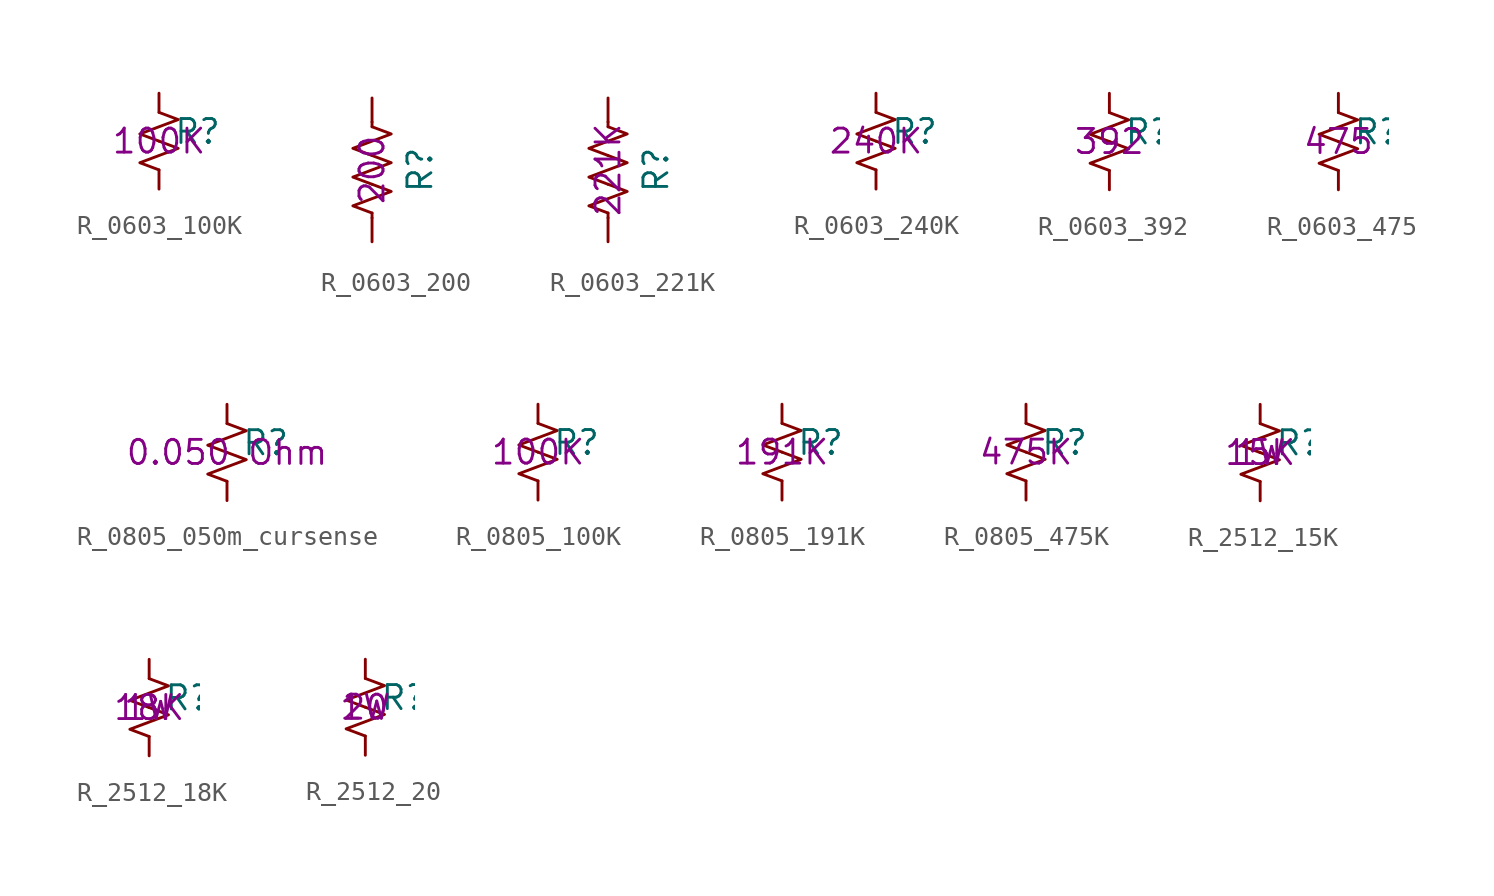
<source format=kicad_sym>
(kicad_symbol_lib
  (version 20211014)
  (generator kicad_symbol_editor)
  (symbol "R_0603_100K"
    (pin_numbers hide)
    (pin_names
      (offset 0.254) hide)
    (property "Reference" "R"
      (at 0.762 0.508 0)
      (effects (font (size 1.27 1.27)) (justify left)))
    (property "Val" "100K"
      (at 0 0 0)
      (effects (font (size 1.27 1.27))))
    (symbol "R_0603_100K_1_1"
      (polyline (pts (xy 0 0) (xy 1.016 -0.381) (xy 0 -0.762) (xy -1.016 -1.143) (xy 0 -1.524)) (stroke (width 0) (type default) (color 0 0 0 0)) (fill (type none)))
      (polyline (pts (xy 0 1.524) (xy 1.016 1.143) (xy 0 0.762) (xy -1.016 0.381) (xy 0 0)) (stroke (width 0) (type default) (color 0 0 0 0)) (fill (type none)))
      (pin passive line (at 0 2.54 270) (length 1.016) (name "~" (effects (font (size 1.27 1.27)))) (number "1" (effects (font (size 1.27 1.27)))))
      (pin passive line (at 0 -2.54 90) (length 1.016) (name "~" (effects (font (size 1.27 1.27)))) (number "2" (effects (font (size 1.27 1.27)))))))
  (symbol "R_0603_200"
    (pin_numbers hide)
    (pin_names
      (offset 0))
    (property "Reference" "R"
      (at 2.54 0 90)
      (effects (font (size 1.27 1.27))))
    (property "Val" "200"
      (at 0 0 90)
      (effects (font (size 1.27 1.27))))
    (symbol "R_0603_200_0_1"
      (polyline (pts (xy 0 -2.286) (xy 0 -2.54)) (stroke (width 0) (type default) (color 0 0 0 0)) (fill (type none)))
      (polyline (pts (xy 0 2.286) (xy 0 2.54)) (stroke (width 0) (type default) (color 0 0 0 0)) (fill (type none)))
      (polyline (pts (xy 0 -0.762) (xy 1.016 -1.143) (xy 0 -1.524) (xy -1.016 -1.905) (xy 0 -2.286)) (stroke (width 0) (type default) (color 0 0 0 0)) (fill (type none)))
      (polyline (pts (xy 0 0.762) (xy 1.016 0.381) (xy 0 0) (xy -1.016 -0.381) (xy 0 -0.762)) (stroke (width 0) (type default) (color 0 0 0 0)) (fill (type none)))
      (polyline (pts (xy 0 2.286) (xy 1.016 1.905) (xy 0 1.524) (xy -1.016 1.143) (xy 0 0.762)) (stroke (width 0) (type default) (color 0 0 0 0)) (fill (type none))))
    (symbol "R_0603_200_1_1"
      (pin passive line (at 0 3.81 270) (length 1.27) (name "~" (effects (font (size 1.27 1.27)))) (number "1" (effects (font (size 1.27 1.27)))))
      (pin passive line (at 0 -3.81 90) (length 1.27) (name "~" (effects (font (size 1.27 1.27)))) (number "2" (effects (font (size 1.27 1.27)))))))
  (symbol "R_0603_221K"
    (pin_numbers hide)
    (pin_names
      (offset 0))
    (property "Reference" "R"
      (at 2.54 0 90)
      (effects (font (size 1.27 1.27))))
    (property "Val" "221K"
      (at 0 0 90)
      (effects (font (size 1.27 1.27))))
    (symbol "R_0603_221K_0_1"
      (polyline (pts (xy 0 -2.286) (xy 0 -2.54)) (stroke (width 0) (type default) (color 0 0 0 0)) (fill (type none)))
      (polyline (pts (xy 0 2.286) (xy 0 2.54)) (stroke (width 0) (type default) (color 0 0 0 0)) (fill (type none)))
      (polyline (pts (xy 0 -0.762) (xy 1.016 -1.143) (xy 0 -1.524) (xy -1.016 -1.905) (xy 0 -2.286)) (stroke (width 0) (type default) (color 0 0 0 0)) (fill (type none)))
      (polyline (pts (xy 0 0.762) (xy 1.016 0.381) (xy 0 0) (xy -1.016 -0.381) (xy 0 -0.762)) (stroke (width 0) (type default) (color 0 0 0 0)) (fill (type none)))
      (polyline (pts (xy 0 2.286) (xy 1.016 1.905) (xy 0 1.524) (xy -1.016 1.143) (xy 0 0.762)) (stroke (width 0) (type default) (color 0 0 0 0)) (fill (type none))))
    (symbol "R_0603_221K_1_1"
      (pin passive line (at 0 3.81 270) (length 1.27) (name "~" (effects (font (size 1.27 1.27)))) (number "1" (effects (font (size 1.27 1.27)))))
      (pin passive line (at 0 -3.81 90) (length 1.27) (name "~" (effects (font (size 1.27 1.27)))) (number "2" (effects (font (size 1.27 1.27)))))))
  (symbol "R_0603_240K"
    (pin_numbers hide)
    (pin_names
      (offset 0.254) hide)
    (property "Reference" "R"
      (at 0.762 0.508 0)
      (effects (font (size 1.27 1.27)) (justify left)))
    (property "Val" "240K"
      (at 0 0 0)
      (effects (font (size 1.27 1.27))))
    (symbol "R_0603_240K_1_1"
      (polyline (pts (xy 0 0) (xy 1.016 -0.381) (xy 0 -0.762) (xy -1.016 -1.143) (xy 0 -1.524)) (stroke (width 0) (type default) (color 0 0 0 0)) (fill (type none)))
      (polyline (pts (xy 0 1.524) (xy 1.016 1.143) (xy 0 0.762) (xy -1.016 0.381) (xy 0 0)) (stroke (width 0) (type default) (color 0 0 0 0)) (fill (type none)))
      (pin passive line (at 0 2.54 270) (length 1.016) (name "~" (effects (font (size 1.27 1.27)))) (number "1" (effects (font (size 1.27 1.27)))))
      (pin passive line (at 0 -2.54 90) (length 1.016) (name "~" (effects (font (size 1.27 1.27)))) (number "2" (effects (font (size 1.27 1.27)))))))
  (symbol "R_0603_392"
    (pin_numbers hide)
    (pin_names
      (offset 0.254) hide)
    (property "Reference" "R"
      (at 0.762 0.508 0)
      (effects (font (size 1.27 1.27)) (justify left)))
    (property "Val" "392"
      (at 0 0 0)
      (effects (font (size 1.27 1.27))))
    (symbol "R_0603_392_1_1"
      (polyline (pts (xy 0 0) (xy 1.016 -0.381) (xy 0 -0.762) (xy -1.016 -1.143) (xy 0 -1.524)) (stroke (width 0) (type default) (color 0 0 0 0)) (fill (type none)))
      (polyline (pts (xy 0 1.524) (xy 1.016 1.143) (xy 0 0.762) (xy -1.016 0.381) (xy 0 0)) (stroke (width 0) (type default) (color 0 0 0 0)) (fill (type none)))
      (pin passive line (at 0 2.54 270) (length 1.016) (name "~" (effects (font (size 1.27 1.27)))) (number "1" (effects (font (size 1.27 1.27)))))
      (pin passive line (at 0 -2.54 90) (length 1.016) (name "~" (effects (font (size 1.27 1.27)))) (number "2" (effects (font (size 1.27 1.27)))))))
  (symbol "R_0603_475"
    (pin_numbers hide)
    (pin_names
      (offset 0.254) hide)
    (property "Reference" "R"
      (at 0.762 0.508 0)
      (effects (font (size 1.27 1.27)) (justify left)))
    (property "Val" "475"
      (at 0 0 0)
      (effects (font (size 1.27 1.27))))
    (symbol "R_0603_475_1_1"
      (polyline (pts (xy 0 0) (xy 1.016 -0.381) (xy 0 -0.762) (xy -1.016 -1.143) (xy 0 -1.524)) (stroke (width 0) (type default) (color 0 0 0 0)) (fill (type none)))
      (polyline (pts (xy 0 1.524) (xy 1.016 1.143) (xy 0 0.762) (xy -1.016 0.381) (xy 0 0)) (stroke (width 0) (type default) (color 0 0 0 0)) (fill (type none)))
      (pin passive line (at 0 2.54 270) (length 1.016) (name "~" (effects (font (size 1.27 1.27)))) (number "1" (effects (font (size 1.27 1.27)))))
      (pin passive line (at 0 -2.54 90) (length 1.016) (name "~" (effects (font (size 1.27 1.27)))) (number "2" (effects (font (size 1.27 1.27)))))))
  (symbol "R_0805_050m_cursense"
    (pin_numbers hide)
    (pin_names
      (offset 0.254) hide)
    (property "Reference" "R"
      (at 0.762 0.508 0)
      (effects (font (size 1.27 1.27)) (justify left)))
    (property "Val" "0.050 Ohm"
      (at 0 0 0)
      (effects (font (size 1.27 1.27))))
    (symbol "R_0805_050m_cursense_1_1"
      (polyline (pts (xy 0 0) (xy 1.016 -0.381) (xy 0 -0.762) (xy -1.016 -1.143) (xy 0 -1.524)) (stroke (width 0) (type default) (color 0 0 0 0)) (fill (type none)))
      (polyline (pts (xy 0 1.524) (xy 1.016 1.143) (xy 0 0.762) (xy -1.016 0.381) (xy 0 0)) (stroke (width 0) (type default) (color 0 0 0 0)) (fill (type none)))
      (pin passive line (at 0 2.54 270) (length 1.016) (name "~" (effects (font (size 1.27 1.27)))) (number "1" (effects (font (size 1.27 1.27)))))
      (pin passive line (at 0 -2.54 90) (length 1.016) (name "~" (effects (font (size 1.27 1.27)))) (number "2" (effects (font (size 1.27 1.27)))))))
  (symbol "R_0805_100K"
    (pin_numbers hide)
    (pin_names
      (offset 0.254) hide)
    (property "Reference" "R"
      (at 0.762 0.508 0)
      (effects (font (size 1.27 1.27)) (justify left)))
    (property "Val" "100K"
      (at 0 0 0)
      (effects (font (size 1.27 1.27))))
    (symbol "R_0805_100K_1_1"
      (polyline (pts (xy 0 0) (xy 1.016 -0.381) (xy 0 -0.762) (xy -1.016 -1.143) (xy 0 -1.524)) (stroke (width 0) (type default) (color 0 0 0 0)) (fill (type none)))
      (polyline (pts (xy 0 1.524) (xy 1.016 1.143) (xy 0 0.762) (xy -1.016 0.381) (xy 0 0)) (stroke (width 0) (type default) (color 0 0 0 0)) (fill (type none)))
      (pin passive line (at 0 2.54 270) (length 1.016) (name "~" (effects (font (size 1.27 1.27)))) (number "1" (effects (font (size 1.27 1.27)))))
      (pin passive line (at 0 -2.54 90) (length 1.016) (name "~" (effects (font (size 1.27 1.27)))) (number "2" (effects (font (size 1.27 1.27)))))))
  (symbol "R_0805_191K"
    (pin_numbers hide)
    (pin_names
      (offset 0.254) hide)
    (property "Reference" "R"
      (at 0.762 0.508 0)
      (effects (font (size 1.27 1.27)) (justify left)))
    (property "Val" "191K"
      (at 0 0 0)
      (effects (font (size 1.27 1.27))))
    (symbol "R_0805_191K_1_1"
      (polyline (pts (xy 0 0) (xy 1.016 -0.381) (xy 0 -0.762) (xy -1.016 -1.143) (xy 0 -1.524)) (stroke (width 0) (type default) (color 0 0 0 0)) (fill (type none)))
      (polyline (pts (xy 0 1.524) (xy 1.016 1.143) (xy 0 0.762) (xy -1.016 0.381) (xy 0 0)) (stroke (width 0) (type default) (color 0 0 0 0)) (fill (type none)))
      (pin passive line (at 0 2.54 270) (length 1.016) (name "~" (effects (font (size 1.27 1.27)))) (number "1" (effects (font (size 1.27 1.27)))))
      (pin passive line (at 0 -2.54 90) (length 1.016) (name "~" (effects (font (size 1.27 1.27)))) (number "2" (effects (font (size 1.27 1.27)))))))
  (symbol "R_0805_475K"
    (pin_numbers hide)
    (pin_names
      (offset 0.254) hide)
    (property "Reference" "R"
      (at 0.762 0.508 0)
      (effects (font (size 1.27 1.27)) (justify left)))
    (property "Val" "475K"
      (at 0 0 0)
      (effects (font (size 1.27 1.27))))
    (symbol "R_0805_475K_1_1"
      (polyline (pts (xy 0 0) (xy 1.016 -0.381) (xy 0 -0.762) (xy -1.016 -1.143) (xy 0 -1.524)) (stroke (width 0) (type default) (color 0 0 0 0)) (fill (type none)))
      (polyline (pts (xy 0 1.524) (xy 1.016 1.143) (xy 0 0.762) (xy -1.016 0.381) (xy 0 0)) (stroke (width 0) (type default) (color 0 0 0 0)) (fill (type none)))
      (pin passive line (at 0 2.54 270) (length 1.016) (name "~" (effects (font (size 1.27 1.27)))) (number "1" (effects (font (size 1.27 1.27)))))
      (pin passive line (at 0 -2.54 90) (length 1.016) (name "~" (effects (font (size 1.27 1.27)))) (number "2" (effects (font (size 1.27 1.27)))))))
  (symbol "R_2512_15K"
    (pin_numbers hide)
    (pin_names
      (offset 0.254) hide)
    (property "Reference" "R"
      (at 0.762 0.508 0)
      (effects (font (size 1.27 1.27)) (justify left)))
    (property "Val" "15K"
      (at 0 0 0)
      (effects (font (size 1.27 1.27))))
    (property "Watt" "1W"
      (at 0 0 0)
      (effects (font (size 1.27 1.27))))
    (symbol "R_2512_15K_1_1"
      (polyline (pts (xy 0 0) (xy 1.016 -0.381) (xy 0 -0.762) (xy -1.016 -1.143) (xy 0 -1.524)) (stroke (width 0) (type default) (color 0 0 0 0)) (fill (type none)))
      (polyline (pts (xy 0 1.524) (xy 1.016 1.143) (xy 0 0.762) (xy -1.016 0.381) (xy 0 0)) (stroke (width 0) (type default) (color 0 0 0 0)) (fill (type none)))
      (pin passive line (at 0 2.54 270) (length 1.016) (name "~" (effects (font (size 1.27 1.27)))) (number "1" (effects (font (size 1.27 1.27)))))
      (pin passive line (at 0 -2.54 90) (length 1.016) (name "~" (effects (font (size 1.27 1.27)))) (number "2" (effects (font (size 1.27 1.27)))))))
  (symbol "R_2512_18K"
    (pin_numbers hide)
    (pin_names
      (offset 0.254) hide)
    (property "Reference" "R"
      (at 0.762 0.508 0)
      (effects (font (size 1.27 1.27)) (justify left)))
    (property "Val" "18K"
      (at 0 0 0)
      (effects (font (size 1.27 1.27))))
    (property "Watt" "1W"
      (at 0 0 0)
      (effects (font (size 1.27 1.27))))
    (symbol "R_2512_18K_1_1"
      (polyline (pts (xy 0 0) (xy 1.016 -0.381) (xy 0 -0.762) (xy -1.016 -1.143) (xy 0 -1.524)) (stroke (width 0) (type default) (color 0 0 0 0)) (fill (type none)))
      (polyline (pts (xy 0 1.524) (xy 1.016 1.143) (xy 0 0.762) (xy -1.016 0.381) (xy 0 0)) (stroke (width 0) (type default) (color 0 0 0 0)) (fill (type none)))
      (pin passive line (at 0 2.54 270) (length 1.016) (name "~" (effects (font (size 1.27 1.27)))) (number "1" (effects (font (size 1.27 1.27)))))
      (pin passive line (at 0 -2.54 90) (length 1.016) (name "~" (effects (font (size 1.27 1.27)))) (number "2" (effects (font (size 1.27 1.27)))))))
  (symbol "R_2512_20"
    (pin_numbers hide)
    (pin_names
      (offset 0.254) hide)
    (property "Reference" "R"
      (at 0.762 0.508 0)
      (effects (font (size 1.27 1.27)) (justify left)))
    (property "Val" "20"
      (at 0 0 0)
      (effects (font (size 1.27 1.27))))
    (property "Watt" "1W"
      (at 0 0 0)
      (effects (font (size 1.27 1.27))))
    (symbol "R_2512_20_1_1"
      (polyline (pts (xy 0 0) (xy 1.016 -0.381) (xy 0 -0.762) (xy -1.016 -1.143) (xy 0 -1.524)) (stroke (width 0) (type default) (color 0 0 0 0)) (fill (type none)))
      (polyline (pts (xy 0 1.524) (xy 1.016 1.143) (xy 0 0.762) (xy -1.016 0.381) (xy 0 0)) (stroke (width 0) (type default) (color 0 0 0 0)) (fill (type none)))
      (pin passive line (at 0 2.54 270) (length 1.016) (name "~" (effects (font (size 1.27 1.27)))) (number "1" (effects (font (size 1.27 1.27)))))
      (pin passive line (at 0 -2.54 90) (length 1.016) (name "~" (effects (font (size 1.27 1.27)))) (number "2" (effects (font (size 1.27 1.27))))))))
</source>
